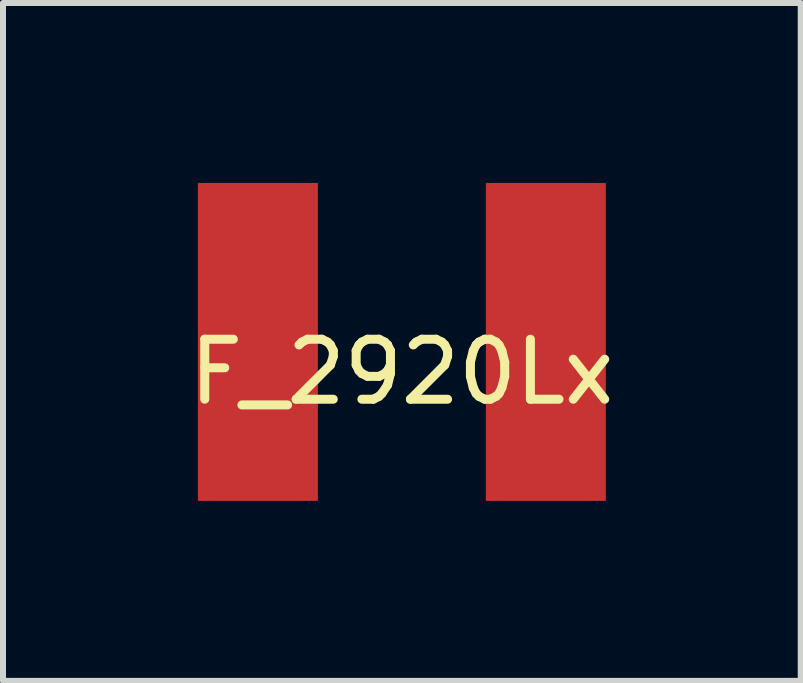
<source format=kicad_pcb>
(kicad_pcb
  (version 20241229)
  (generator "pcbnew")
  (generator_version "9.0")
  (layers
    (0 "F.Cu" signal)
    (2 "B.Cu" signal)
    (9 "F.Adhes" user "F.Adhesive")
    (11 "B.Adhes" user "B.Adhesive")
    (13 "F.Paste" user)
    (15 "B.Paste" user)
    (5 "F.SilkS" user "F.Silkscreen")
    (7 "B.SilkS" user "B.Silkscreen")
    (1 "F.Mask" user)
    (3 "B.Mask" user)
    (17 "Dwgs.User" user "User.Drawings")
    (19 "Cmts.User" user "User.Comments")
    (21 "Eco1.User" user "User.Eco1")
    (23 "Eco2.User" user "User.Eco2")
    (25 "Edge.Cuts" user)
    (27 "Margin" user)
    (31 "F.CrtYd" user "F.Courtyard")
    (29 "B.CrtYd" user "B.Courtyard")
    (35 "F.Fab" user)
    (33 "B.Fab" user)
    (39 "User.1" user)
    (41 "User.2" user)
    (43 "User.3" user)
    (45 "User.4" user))
  (footprint "F_2920Lx"
    (layer "F.Cu")
    (at 3.649 2.65)
    (property "Reference" "F_2920Lx" (at 0 0.5 0) (layer "F.SilkS") (effects (font (size 1 1) (thickness 0.15))))
    (attr through_hole)
    (pad "1" smd rect (at -2.4 0) (size 2 5.3) (layers "F.Cu" "F.Mask" "F.Paste"))
    (pad "2" smd rect (at 2.4 0) (size 2 5.3) (layers "F.Cu" "F.Mask" "F.Paste")))
  (gr_rect
    (start -3 -3)
    (end 10.298 8.3)
    (stroke (width 0.1) (type default))
    (fill no)
    (layer "Edge.Cuts")))
</source>
